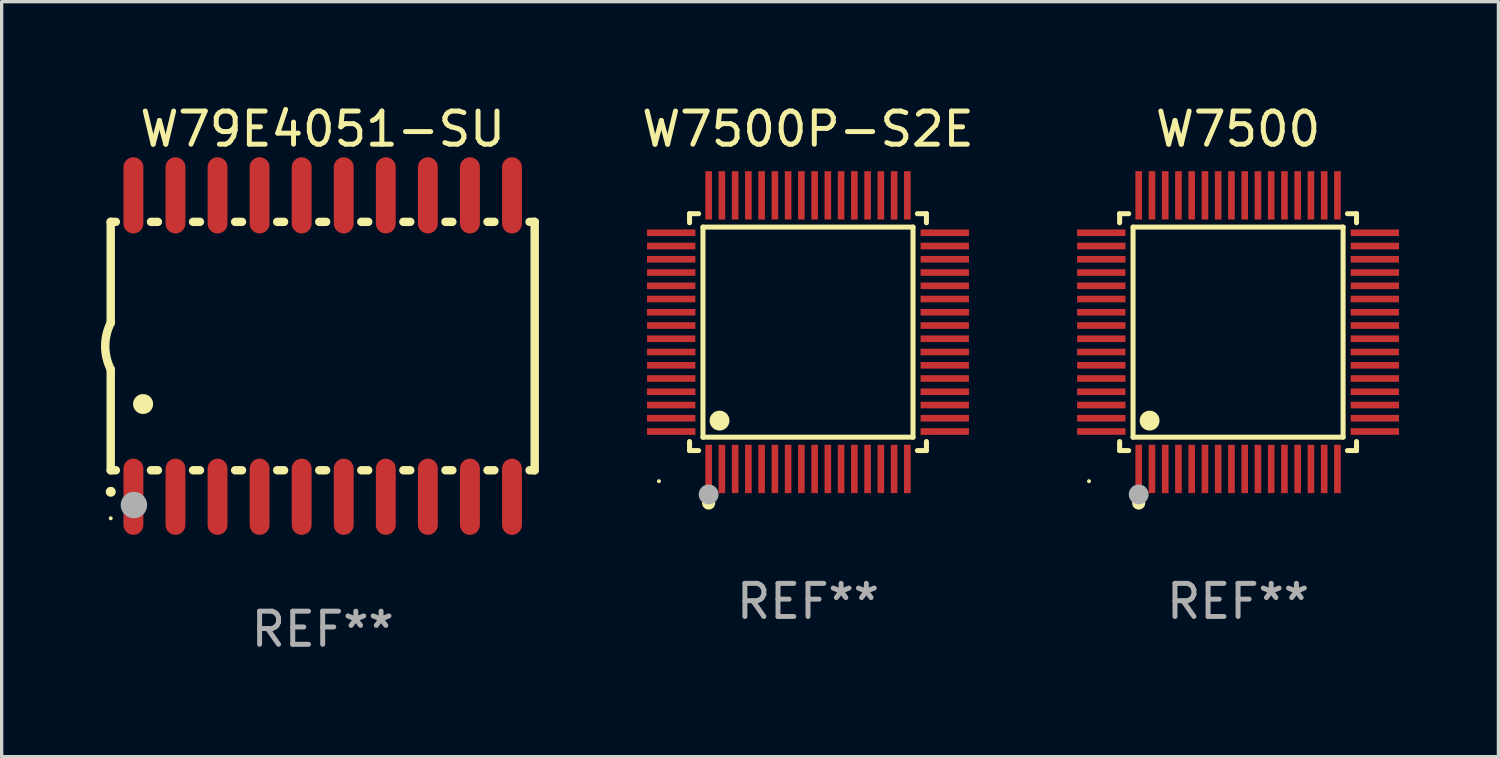
<source format=kicad_pcb>
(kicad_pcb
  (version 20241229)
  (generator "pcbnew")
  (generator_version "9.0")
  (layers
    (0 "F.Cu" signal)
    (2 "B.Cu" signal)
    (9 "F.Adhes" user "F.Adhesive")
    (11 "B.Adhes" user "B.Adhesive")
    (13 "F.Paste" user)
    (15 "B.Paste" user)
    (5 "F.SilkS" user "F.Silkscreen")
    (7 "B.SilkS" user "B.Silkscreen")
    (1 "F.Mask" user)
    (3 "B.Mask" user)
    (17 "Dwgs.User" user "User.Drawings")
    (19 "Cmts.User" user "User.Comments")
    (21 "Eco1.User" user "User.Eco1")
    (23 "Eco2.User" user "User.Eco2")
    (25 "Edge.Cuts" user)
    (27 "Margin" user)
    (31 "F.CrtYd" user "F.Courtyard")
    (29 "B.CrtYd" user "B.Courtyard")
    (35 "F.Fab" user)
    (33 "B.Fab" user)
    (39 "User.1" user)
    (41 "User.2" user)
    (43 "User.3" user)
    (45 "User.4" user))
  (footprint "W7500"
    (layer "F.Cu")
    (at 34.33 6.978)
    (property "Reference" "W7500" (at 0 -6.13 0) (layer "F.SilkS") (effects (font (size 1 1) (thickness 0.15))))
    (attr through_hole)
    (fp_line (start -3.576 -3.576) (end -3.302 -3.576) (stroke (width 0.152) (type solid)) (layer "F.SilkS"))
    (fp_line (start -3.576 -3.303) (end -3.576 -3.576) (stroke (width 0.152) (type solid)) (layer "F.SilkS"))
    (fp_line (start -3.576 3.303) (end -3.576 3.576) (stroke (width 0.152) (type solid)) (layer "F.SilkS"))
    (fp_line (start -3.576 3.576) (end -3.302 3.576) (stroke (width 0.152) (type solid)) (layer "F.SilkS"))
    (fp_line (start -3.171 -3.171) (end 3.171 -3.171) (stroke (width 0.152) (type solid)) (layer "F.SilkS"))
    (fp_line (start -3.171 3.171) (end -3.171 -3.171) (stroke (width 0.152) (type solid)) (layer "F.SilkS"))
    (fp_line (start 3.171 -3.171) (end 3.171 3.171) (stroke (width 0.152) (type solid)) (layer "F.SilkS"))
    (fp_line (start 3.171 3.171) (end -3.171 3.171) (stroke (width 0.152) (type solid)) (layer "F.SilkS"))
    (fp_line (start 3.576 -3.576) (end 3.303 -3.576) (stroke (width 0.152) (type solid)) (layer "F.SilkS"))
    (fp_line (start 3.576 -3.303) (end 3.576 -3.576) (stroke (width 0.152) (type solid)) (layer "F.SilkS"))
    (fp_line (start 3.576 3.303) (end 3.576 3.576) (stroke (width 0.152) (type solid)) (layer "F.SilkS"))
    (fp_line (start 3.576 3.576) (end 3.303 3.576) (stroke (width 0.152) (type solid)) (layer "F.SilkS"))
    (fp_circle (center -4.5 4.5) (end -4.47 4.5) (stroke (width 0.06) (type solid)) (fill no) (layer "F.SilkS"))
    (fp_circle (center -3 5.16) (end -2.9 5.16) (stroke (width 0.2) (type solid)) (fill no) (layer "F.SilkS"))
    (fp_circle (center -2.671 2.671) (end -2.521 2.671) (stroke (width 0.3) (type solid)) (fill no) (layer "F.SilkS"))
    (fp_circle (center -3 4.9) (end -2.85 4.9) (stroke (width 0.3) (type solid)) (fill no) (layer "F.Fab"))
    (fp_text user "REF**" (at 0 8.13 0) (layer "F.Fab") (effects (font (size 1 1) (thickness 0.15))))
    (pad "1" smd rect (at -3 4.13) (size 0.2 1.46) (layers "F.Cu" "F.Mask" "F.Paste"))
    (pad "2" smd rect (at -2.6 4.13) (size 0.2 1.46) (layers "F.Cu" "F.Mask" "F.Paste"))
    (pad "3" smd rect (at -2.2 4.13) (size 0.2 1.46) (layers "F.Cu" "F.Mask" "F.Paste"))
    (pad "4" smd rect (at -1.8 4.13) (size 0.2 1.46) (layers "F.Cu" "F.Mask" "F.Paste"))
    (pad "5" smd rect (at -1.4 4.13) (size 0.2 1.46) (layers "F.Cu" "F.Mask" "F.Paste"))
    (pad "6" smd rect (at -1 4.13) (size 0.2 1.46) (layers "F.Cu" "F.Mask" "F.Paste"))
    (pad "7" smd rect (at -0.6 4.13) (size 0.2 1.46) (layers "F.Cu" "F.Mask" "F.Paste"))
    (pad "8" smd rect (at -0.2 4.13) (size 0.2 1.46) (layers "F.Cu" "F.Mask" "F.Paste"))
    (pad "9" smd rect (at 0.2 4.13) (size 0.2 1.46) (layers "F.Cu" "F.Mask" "F.Paste"))
    (pad "10" smd rect (at 0.6 4.13) (size 0.2 1.46) (layers "F.Cu" "F.Mask" "F.Paste"))
    (pad "11" smd rect (at 1 4.13) (size 0.2 1.46) (layers "F.Cu" "F.Mask" "F.Paste"))
    (pad "12" smd rect (at 1.4 4.13) (size 0.2 1.46) (layers "F.Cu" "F.Mask" "F.Paste"))
    (pad "13" smd rect (at 1.8 4.13) (size 0.2 1.46) (layers "F.Cu" "F.Mask" "F.Paste"))
    (pad "14" smd rect (at 2.2 4.13) (size 0.2 1.46) (layers "F.Cu" "F.Mask" "F.Paste"))
    (pad "15" smd rect (at 2.6 4.13) (size 0.2 1.46) (layers "F.Cu" "F.Mask" "F.Paste"))
    (pad "16" smd rect (at 3 4.13) (size 0.2 1.46) (layers "F.Cu" "F.Mask" "F.Paste"))
    (pad "17" smd rect (at 4.13 3) (size 1.46 0.2) (layers "F.Cu" "F.Mask" "F.Paste"))
    (pad "18" smd rect (at 4.13 2.6) (size 1.46 0.2) (layers "F.Cu" "F.Mask" "F.Paste"))
    (pad "19" smd rect (at 4.13 2.2) (size 1.46 0.2) (layers "F.Cu" "F.Mask" "F.Paste"))
    (pad "20" smd rect (at 4.13 1.8) (size 1.46 0.2) (layers "F.Cu" "F.Mask" "F.Paste"))
    (pad "21" smd rect (at 4.13 1.4) (size 1.46 0.2) (layers "F.Cu" "F.Mask" "F.Paste"))
    (pad "22" smd rect (at 4.13 1) (size 1.46 0.2) (layers "F.Cu" "F.Mask" "F.Paste"))
    (pad "23" smd rect (at 4.13 0.6) (size 1.46 0.2) (layers "F.Cu" "F.Mask" "F.Paste"))
    (pad "24" smd rect (at 4.13 0.2) (size 1.46 0.2) (layers "F.Cu" "F.Mask" "F.Paste"))
    (pad "25" smd rect (at 4.13 -0.2) (size 1.46 0.2) (layers "F.Cu" "F.Mask" "F.Paste"))
    (pad "26" smd rect (at 4.13 -0.6) (size 1.46 0.2) (layers "F.Cu" "F.Mask" "F.Paste"))
    (pad "27" smd rect (at 4.13 -1) (size 1.46 0.2) (layers "F.Cu" "F.Mask" "F.Paste"))
    (pad "28" smd rect (at 4.13 -1.4) (size 1.46 0.2) (layers "F.Cu" "F.Mask" "F.Paste"))
    (pad "29" smd rect (at 4.13 -1.8) (size 1.46 0.2) (layers "F.Cu" "F.Mask" "F.Paste"))
    (pad "30" smd rect (at 4.13 -2.2) (size 1.46 0.2) (layers "F.Cu" "F.Mask" "F.Paste"))
    (pad "31" smd rect (at 4.13 -2.6) (size 1.46 0.2) (layers "F.Cu" "F.Mask" "F.Paste"))
    (pad "32" smd rect (at 4.13 -3) (size 1.46 0.2) (layers "F.Cu" "F.Mask" "F.Paste"))
    (pad "33" smd rect (at 3 -4.13) (size 0.2 1.46) (layers "F.Cu" "F.Mask" "F.Paste"))
    (pad "34" smd rect (at 2.6 -4.13) (size 0.2 1.46) (layers "F.Cu" "F.Mask" "F.Paste"))
    (pad "35" smd rect (at 2.2 -4.13) (size 0.2 1.46) (layers "F.Cu" "F.Mask" "F.Paste"))
    (pad "36" smd rect (at 1.8 -4.13) (size 0.2 1.46) (layers "F.Cu" "F.Mask" "F.Paste"))
    (pad "37" smd rect (at 1.4 -4.13) (size 0.2 1.46) (layers "F.Cu" "F.Mask" "F.Paste"))
    (pad "38" smd rect (at 1 -4.13) (size 0.2 1.46) (layers "F.Cu" "F.Mask" "F.Paste"))
    (pad "39" smd rect (at 0.6 -4.13) (size 0.2 1.46) (layers "F.Cu" "F.Mask" "F.Paste"))
    (pad "40" smd rect (at 0.2 -4.13) (size 0.2 1.46) (layers "F.Cu" "F.Mask" "F.Paste"))
    (pad "41" smd rect (at -0.2 -4.13) (size 0.2 1.46) (layers "F.Cu" "F.Mask" "F.Paste"))
    (pad "42" smd rect (at -0.6 -4.13) (size 0.2 1.46) (layers "F.Cu" "F.Mask" "F.Paste"))
    (pad "43" smd rect (at -1 -4.13) (size 0.2 1.46) (layers "F.Cu" "F.Mask" "F.Paste"))
    (pad "44" smd rect (at -1.4 -4.13) (size 0.2 1.46) (layers "F.Cu" "F.Mask" "F.Paste"))
    (pad "45" smd rect (at -1.8 -4.13) (size 0.2 1.46) (layers "F.Cu" "F.Mask" "F.Paste"))
    (pad "46" smd rect (at -2.2 -4.13) (size 0.2 1.46) (layers "F.Cu" "F.Mask" "F.Paste"))
    (pad "47" smd rect (at -2.6 -4.13) (size 0.2 1.46) (layers "F.Cu" "F.Mask" "F.Paste"))
    (pad "48" smd rect (at -3 -4.13) (size 0.2 1.46) (layers "F.Cu" "F.Mask" "F.Paste"))
    (pad "49" smd rect (at -4.13 -3) (size 1.46 0.2) (layers "F.Cu" "F.Mask" "F.Paste"))
    (pad "50" smd rect (at -4.13 -2.6) (size 1.46 0.2) (layers "F.Cu" "F.Mask" "F.Paste"))
    (pad "51" smd rect (at -4.13 -2.2) (size 1.46 0.2) (layers "F.Cu" "F.Mask" "F.Paste"))
    (pad "52" smd rect (at -4.13 -1.8) (size 1.46 0.2) (layers "F.Cu" "F.Mask" "F.Paste"))
    (pad "53" smd rect (at -4.13 -1.4) (size 1.46 0.2) (layers "F.Cu" "F.Mask" "F.Paste"))
    (pad "54" smd rect (at -4.13 -1) (size 1.46 0.2) (layers "F.Cu" "F.Mask" "F.Paste"))
    (pad "55" smd rect (at -4.13 -0.6) (size 1.46 0.2) (layers "F.Cu" "F.Mask" "F.Paste"))
    (pad "56" smd rect (at -4.13 -0.2) (size 1.46 0.2) (layers "F.Cu" "F.Mask" "F.Paste"))
    (pad "57" smd rect (at -4.13 0.2) (size 1.46 0.2) (layers "F.Cu" "F.Mask" "F.Paste"))
    (pad "58" smd rect (at -4.13 0.6) (size 1.46 0.2) (layers "F.Cu" "F.Mask" "F.Paste"))
    (pad "59" smd rect (at -4.13 1) (size 1.46 0.2) (layers "F.Cu" "F.Mask" "F.Paste"))
    (pad "60" smd rect (at -4.13 1.4) (size 1.46 0.2) (layers "F.Cu" "F.Mask" "F.Paste"))
    (pad "61" smd rect (at -4.13 1.8) (size 1.46 0.2) (layers "F.Cu" "F.Mask" "F.Paste"))
    (pad "62" smd rect (at -4.13 2.2) (size 1.46 0.2) (layers "F.Cu" "F.Mask" "F.Paste"))
    (pad "63" smd rect (at -4.13 2.6) (size 1.46 0.2) (layers "F.Cu" "F.Mask" "F.Paste"))
    (pad "64" smd rect (at -4.13 3) (size 1.46 0.2) (layers "F.Cu" "F.Mask" "F.Paste")))
  (footprint "W7500P-S2E"
    (layer "F.Cu")
    (at 21.345 6.978)
    (property "Reference" "W7500P-S2E" (at 0 -6.13 0) (layer "F.SilkS") (effects (font (size 1 1) (thickness 0.15))))
    (attr through_hole)
    (fp_line (start -3.576 -3.576) (end -3.302 -3.576) (stroke (width 0.152) (type solid)) (layer "F.SilkS"))
    (fp_line (start -3.576 -3.303) (end -3.576 -3.576) (stroke (width 0.152) (type solid)) (layer "F.SilkS"))
    (fp_line (start -3.576 3.303) (end -3.576 3.576) (stroke (width 0.152) (type solid)) (layer "F.SilkS"))
    (fp_line (start -3.576 3.576) (end -3.302 3.576) (stroke (width 0.152) (type solid)) (layer "F.SilkS"))
    (fp_line (start -3.171 -3.171) (end 3.171 -3.171) (stroke (width 0.152) (type solid)) (layer "F.SilkS"))
    (fp_line (start -3.171 3.171) (end -3.171 -3.171) (stroke (width 0.152) (type solid)) (layer "F.SilkS"))
    (fp_line (start 3.171 -3.171) (end 3.171 3.171) (stroke (width 0.152) (type solid)) (layer "F.SilkS"))
    (fp_line (start 3.171 3.171) (end -3.171 3.171) (stroke (width 0.152) (type solid)) (layer "F.SilkS"))
    (fp_line (start 3.576 -3.576) (end 3.303 -3.576) (stroke (width 0.152) (type solid)) (layer "F.SilkS"))
    (fp_line (start 3.576 -3.303) (end 3.576 -3.576) (stroke (width 0.152) (type solid)) (layer "F.SilkS"))
    (fp_line (start 3.576 3.303) (end 3.576 3.576) (stroke (width 0.152) (type solid)) (layer "F.SilkS"))
    (fp_line (start 3.576 3.576) (end 3.303 3.576) (stroke (width 0.152) (type solid)) (layer "F.SilkS"))
    (fp_circle (center -4.5 4.5) (end -4.47 4.5) (stroke (width 0.06) (type solid)) (fill no) (layer "F.SilkS"))
    (fp_circle (center -3 5.16) (end -2.9 5.16) (stroke (width 0.2) (type solid)) (fill no) (layer "F.SilkS"))
    (fp_circle (center -2.671 2.671) (end -2.521 2.671) (stroke (width 0.3) (type solid)) (fill no) (layer "F.SilkS"))
    (fp_circle (center -3 4.9) (end -2.85 4.9) (stroke (width 0.3) (type solid)) (fill no) (layer "F.Fab"))
    (fp_text user "REF**" (at 0 8.13 0) (layer "F.Fab") (effects (font (size 1 1) (thickness 0.15))))
    (pad "1" smd rect (at -3 4.13) (size 0.2 1.46) (layers "F.Cu" "F.Mask" "F.Paste"))
    (pad "2" smd rect (at -2.6 4.13) (size 0.2 1.46) (layers "F.Cu" "F.Mask" "F.Paste"))
    (pad "3" smd rect (at -2.2 4.13) (size 0.2 1.46) (layers "F.Cu" "F.Mask" "F.Paste"))
    (pad "4" smd rect (at -1.8 4.13) (size 0.2 1.46) (layers "F.Cu" "F.Mask" "F.Paste"))
    (pad "5" smd rect (at -1.4 4.13) (size 0.2 1.46) (layers "F.Cu" "F.Mask" "F.Paste"))
    (pad "6" smd rect (at -1 4.13) (size 0.2 1.46) (layers "F.Cu" "F.Mask" "F.Paste"))
    (pad "7" smd rect (at -0.6 4.13) (size 0.2 1.46) (layers "F.Cu" "F.Mask" "F.Paste"))
    (pad "8" smd rect (at -0.2 4.13) (size 0.2 1.46) (layers "F.Cu" "F.Mask" "F.Paste"))
    (pad "9" smd rect (at 0.2 4.13) (size 0.2 1.46) (layers "F.Cu" "F.Mask" "F.Paste"))
    (pad "10" smd rect (at 0.6 4.13) (size 0.2 1.46) (layers "F.Cu" "F.Mask" "F.Paste"))
    (pad "11" smd rect (at 1 4.13) (size 0.2 1.46) (layers "F.Cu" "F.Mask" "F.Paste"))
    (pad "12" smd rect (at 1.4 4.13) (size 0.2 1.46) (layers "F.Cu" "F.Mask" "F.Paste"))
    (pad "13" smd rect (at 1.8 4.13) (size 0.2 1.46) (layers "F.Cu" "F.Mask" "F.Paste"))
    (pad "14" smd rect (at 2.2 4.13) (size 0.2 1.46) (layers "F.Cu" "F.Mask" "F.Paste"))
    (pad "15" smd rect (at 2.6 4.13) (size 0.2 1.46) (layers "F.Cu" "F.Mask" "F.Paste"))
    (pad "16" smd rect (at 3 4.13) (size 0.2 1.46) (layers "F.Cu" "F.Mask" "F.Paste"))
    (pad "17" smd rect (at 4.13 3) (size 1.46 0.2) (layers "F.Cu" "F.Mask" "F.Paste"))
    (pad "18" smd rect (at 4.13 2.6) (size 1.46 0.2) (layers "F.Cu" "F.Mask" "F.Paste"))
    (pad "19" smd rect (at 4.13 2.2) (size 1.46 0.2) (layers "F.Cu" "F.Mask" "F.Paste"))
    (pad "20" smd rect (at 4.13 1.8) (size 1.46 0.2) (layers "F.Cu" "F.Mask" "F.Paste"))
    (pad "21" smd rect (at 4.13 1.4) (size 1.46 0.2) (layers "F.Cu" "F.Mask" "F.Paste"))
    (pad "22" smd rect (at 4.13 1) (size 1.46 0.2) (layers "F.Cu" "F.Mask" "F.Paste"))
    (pad "23" smd rect (at 4.13 0.6) (size 1.46 0.2) (layers "F.Cu" "F.Mask" "F.Paste"))
    (pad "24" smd rect (at 4.13 0.2) (size 1.46 0.2) (layers "F.Cu" "F.Mask" "F.Paste"))
    (pad "25" smd rect (at 4.13 -0.2) (size 1.46 0.2) (layers "F.Cu" "F.Mask" "F.Paste"))
    (pad "26" smd rect (at 4.13 -0.6) (size 1.46 0.2) (layers "F.Cu" "F.Mask" "F.Paste"))
    (pad "27" smd rect (at 4.13 -1) (size 1.46 0.2) (layers "F.Cu" "F.Mask" "F.Paste"))
    (pad "28" smd rect (at 4.13 -1.4) (size 1.46 0.2) (layers "F.Cu" "F.Mask" "F.Paste"))
    (pad "29" smd rect (at 4.13 -1.8) (size 1.46 0.2) (layers "F.Cu" "F.Mask" "F.Paste"))
    (pad "30" smd rect (at 4.13 -2.2) (size 1.46 0.2) (layers "F.Cu" "F.Mask" "F.Paste"))
    (pad "31" smd rect (at 4.13 -2.6) (size 1.46 0.2) (layers "F.Cu" "F.Mask" "F.Paste"))
    (pad "32" smd rect (at 4.13 -3) (size 1.46 0.2) (layers "F.Cu" "F.Mask" "F.Paste"))
    (pad "33" smd rect (at 3 -4.13) (size 0.2 1.46) (layers "F.Cu" "F.Mask" "F.Paste"))
    (pad "34" smd rect (at 2.6 -4.13) (size 0.2 1.46) (layers "F.Cu" "F.Mask" "F.Paste"))
    (pad "35" smd rect (at 2.2 -4.13) (size 0.2 1.46) (layers "F.Cu" "F.Mask" "F.Paste"))
    (pad "36" smd rect (at 1.8 -4.13) (size 0.2 1.46) (layers "F.Cu" "F.Mask" "F.Paste"))
    (pad "37" smd rect (at 1.4 -4.13) (size 0.2 1.46) (layers "F.Cu" "F.Mask" "F.Paste"))
    (pad "38" smd rect (at 1 -4.13) (size 0.2 1.46) (layers "F.Cu" "F.Mask" "F.Paste"))
    (pad "39" smd rect (at 0.6 -4.13) (size 0.2 1.46) (layers "F.Cu" "F.Mask" "F.Paste"))
    (pad "40" smd rect (at 0.2 -4.13) (size 0.2 1.46) (layers "F.Cu" "F.Mask" "F.Paste"))
    (pad "41" smd rect (at -0.2 -4.13) (size 0.2 1.46) (layers "F.Cu" "F.Mask" "F.Paste"))
    (pad "42" smd rect (at -0.6 -4.13) (size 0.2 1.46) (layers "F.Cu" "F.Mask" "F.Paste"))
    (pad "43" smd rect (at -1 -4.13) (size 0.2 1.46) (layers "F.Cu" "F.Mask" "F.Paste"))
    (pad "44" smd rect (at -1.4 -4.13) (size 0.2 1.46) (layers "F.Cu" "F.Mask" "F.Paste"))
    (pad "45" smd rect (at -1.8 -4.13) (size 0.2 1.46) (layers "F.Cu" "F.Mask" "F.Paste"))
    (pad "46" smd rect (at -2.2 -4.13) (size 0.2 1.46) (layers "F.Cu" "F.Mask" "F.Paste"))
    (pad "47" smd rect (at -2.6 -4.13) (size 0.2 1.46) (layers "F.Cu" "F.Mask" "F.Paste"))
    (pad "48" smd rect (at -3 -4.13) (size 0.2 1.46) (layers "F.Cu" "F.Mask" "F.Paste"))
    (pad "49" smd rect (at -4.13 -3) (size 1.46 0.2) (layers "F.Cu" "F.Mask" "F.Paste"))
    (pad "50" smd rect (at -4.13 -2.6) (size 1.46 0.2) (layers "F.Cu" "F.Mask" "F.Paste"))
    (pad "51" smd rect (at -4.13 -2.2) (size 1.46 0.2) (layers "F.Cu" "F.Mask" "F.Paste"))
    (pad "52" smd rect (at -4.13 -1.8) (size 1.46 0.2) (layers "F.Cu" "F.Mask" "F.Paste"))
    (pad "53" smd rect (at -4.13 -1.4) (size 1.46 0.2) (layers "F.Cu" "F.Mask" "F.Paste"))
    (pad "54" smd rect (at -4.13 -1) (size 1.46 0.2) (layers "F.Cu" "F.Mask" "F.Paste"))
    (pad "55" smd rect (at -4.13 -0.6) (size 1.46 0.2) (layers "F.Cu" "F.Mask" "F.Paste"))
    (pad "56" smd rect (at -4.13 -0.2) (size 1.46 0.2) (layers "F.Cu" "F.Mask" "F.Paste"))
    (pad "57" smd rect (at -4.13 0.2) (size 1.46 0.2) (layers "F.Cu" "F.Mask" "F.Paste"))
    (pad "58" smd rect (at -4.13 0.6) (size 1.46 0.2) (layers "F.Cu" "F.Mask" "F.Paste"))
    (pad "59" smd rect (at -4.13 1) (size 1.46 0.2) (layers "F.Cu" "F.Mask" "F.Paste"))
    (pad "60" smd rect (at -4.13 1.4) (size 1.46 0.2) (layers "F.Cu" "F.Mask" "F.Paste"))
    (pad "61" smd rect (at -4.13 1.8) (size 1.46 0.2) (layers "F.Cu" "F.Mask" "F.Paste"))
    (pad "62" smd rect (at -4.13 2.2) (size 1.46 0.2) (layers "F.Cu" "F.Mask" "F.Paste"))
    (pad "63" smd rect (at -4.13 2.6) (size 1.46 0.2) (layers "F.Cu" "F.Mask" "F.Paste"))
    (pad "64" smd rect (at -4.13 3) (size 1.46 0.2) (layers "F.Cu" "F.Mask" "F.Paste")))
  (footprint "W79E4051-SU"
    (layer "F.Cu")
    (at 6.693 7.398)
    (property "Reference" "W79E4051-SU" (at 0 -6.55 0) (layer "F.SilkS") (effects (font (size 1 1) (thickness 0.15))))
    (attr through_hole)
    (fp_line (start -6.4 -3.75) (end -6.4 -0.7) (stroke (width 0.254) (type solid)) (layer "F.SilkS"))
    (fp_line (start -6.4 -3.75) (end -6.246 -3.75) (stroke (width 0.254) (type solid)) (layer "F.SilkS"))
    (fp_line (start -6.4 3.75) (end -6.4 0.7) (stroke (width 0.254) (type solid)) (layer "F.SilkS"))
    (fp_line (start -6.246 3.75) (end -6.4 3.75) (stroke (width 0.254) (type solid)) (layer "F.SilkS"))
    (fp_line (start -5.184 -3.75) (end -4.976 -3.75) (stroke (width 0.254) (type solid)) (layer "F.SilkS"))
    (fp_line (start -4.976 3.75) (end -5.184 3.75) (stroke (width 0.254) (type solid)) (layer "F.SilkS"))
    (fp_line (start -3.914 -3.75) (end -3.706 -3.75) (stroke (width 0.254) (type solid)) (layer "F.SilkS"))
    (fp_line (start -3.706 3.75) (end -3.914 3.75) (stroke (width 0.254) (type solid)) (layer "F.SilkS"))
    (fp_line (start -2.644 -3.75) (end -2.436 -3.75) (stroke (width 0.254) (type solid)) (layer "F.SilkS"))
    (fp_line (start -2.436 3.75) (end -2.644 3.75) (stroke (width 0.254) (type solid)) (layer "F.SilkS"))
    (fp_line (start -1.374 -3.75) (end -1.166 -3.75) (stroke (width 0.254) (type solid)) (layer "F.SilkS"))
    (fp_line (start -1.166 3.75) (end -1.374 3.75) (stroke (width 0.254) (type solid)) (layer "F.SilkS"))
    (fp_line (start -0.104 -3.75) (end 0.104 -3.75) (stroke (width 0.254) (type solid)) (layer "F.SilkS"))
    (fp_line (start 0.104 3.75) (end -0.104 3.75) (stroke (width 0.254) (type solid)) (layer "F.SilkS"))
    (fp_line (start 1.166 -3.75) (end 1.374 -3.75) (stroke (width 0.254) (type solid)) (layer "F.SilkS"))
    (fp_line (start 1.374 3.75) (end 1.166 3.75) (stroke (width 0.254) (type solid)) (layer "F.SilkS"))
    (fp_line (start 2.436 -3.75) (end 2.644 -3.75) (stroke (width 0.254) (type solid)) (layer "F.SilkS"))
    (fp_line (start 2.644 3.75) (end 2.436 3.75) (stroke (width 0.254) (type solid)) (layer "F.SilkS"))
    (fp_line (start 3.706 -3.75) (end 3.914 -3.75) (stroke (width 0.254) (type solid)) (layer "F.SilkS"))
    (fp_line (start 3.914 3.75) (end 3.706 3.75) (stroke (width 0.254) (type solid)) (layer "F.SilkS"))
    (fp_line (start 4.976 -3.75) (end 5.184 -3.75) (stroke (width 0.254) (type solid)) (layer "F.SilkS"))
    (fp_line (start 5.184 3.75) (end 4.976 3.75) (stroke (width 0.254) (type solid)) (layer "F.SilkS"))
    (fp_line (start 6.246 -3.75) (end 6.4 -3.75) (stroke (width 0.254) (type solid)) (layer "F.SilkS"))
    (fp_line (start 6.4 -3.75) (end 6.4 3.75) (stroke (width 0.254) (type solid)) (layer "F.SilkS"))
    (fp_line (start 6.4 3.75) (end 6.246 3.75) (stroke (width 0.254) (type solid)) (layer "F.SilkS"))
    (fp_arc (start -6.400812 0.701041) (mid -6.565912 0.000428) (end -6.400025 -0.7) (stroke (width 0.254001) (type solid)) (layer "F.SilkS"))
    (fp_arc (start -6.400025 4.4) (mid -6.398755 4.399995) (end -6.397485 4.4) (stroke (width 0.3) (type solid)) (layer "F.SilkS"))
    (fp_arc (start -5.425451 1.750064) (mid -5.422911 1.750053) (end -5.420371 1.750064) (stroke (width 0.6) (type solid)) (layer "F.SilkS"))
    (fp_circle (center -6.4 5.2) (end -6.37 5.2) (stroke (width 0.06) (type solid)) (fill no) (layer "F.SilkS"))
    (fp_circle (center -5.7 4.8) (end -5.5 4.8) (stroke (width 0.4) (type solid)) (fill no) (layer "F.Fab"))
    (fp_text user "REF**" (at 0 8.55 0) (layer "F.Fab") (effects (font (size 1 1) (thickness 0.15))))
    (pad "1" smd oval (at -5.715 4.55 180) (size 0.6 2.3) (layers "F.Cu" "F.Mask" "F.Paste"))
    (pad "2" smd oval (at -4.445 4.55 180) (size 0.6 2.3) (layers "F.Cu" "F.Mask" "F.Paste"))
    (pad "3" smd oval (at -3.175 4.55 180) (size 0.6 2.3) (layers "F.Cu" "F.Mask" "F.Paste"))
    (pad "4" smd oval (at -1.905 4.55 180) (size 0.6 2.3) (layers "F.Cu" "F.Mask" "F.Paste"))
    (pad "5" smd oval (at -0.635 4.55 180) (size 0.6 2.3) (layers "F.Cu" "F.Mask" "F.Paste"))
    (pad "6" smd oval (at 0.635 4.55 180) (size 0.6 2.3) (layers "F.Cu" "F.Mask" "F.Paste"))
    (pad "7" smd oval (at 1.905 4.55 180) (size 0.6 2.3) (layers "F.Cu" "F.Mask" "F.Paste"))
    (pad "8" smd oval (at 3.175 4.55 180) (size 0.6 2.3) (layers "F.Cu" "F.Mask" "F.Paste"))
    (pad "9" smd oval (at 4.445 4.55 180) (size 0.6 2.3) (layers "F.Cu" "F.Mask" "F.Paste"))
    (pad "10" smd oval (at 5.715 4.55 180) (size 0.6 2.3) (layers "F.Cu" "F.Mask" "F.Paste"))
    (pad "11" smd oval (at 5.715 -4.55 180) (size 0.6 2.3) (layers "F.Cu" "F.Mask" "F.Paste"))
    (pad "12" smd oval (at 4.445 -4.55 180) (size 0.6 2.3) (layers "F.Cu" "F.Mask" "F.Paste"))
    (pad "13" smd oval (at 3.175 -4.55 180) (size 0.6 2.3) (layers "F.Cu" "F.Mask" "F.Paste"))
    (pad "14" smd oval (at 1.905 -4.55 180) (size 0.6 2.3) (layers "F.Cu" "F.Mask" "F.Paste"))
    (pad "15" smd oval (at 0.635 -4.55 180) (size 0.6 2.3) (layers "F.Cu" "F.Mask" "F.Paste"))
    (pad "16" smd oval (at -0.635 -4.55 180) (size 0.6 2.3) (layers "F.Cu" "F.Mask" "F.Paste"))
    (pad "17" smd oval (at -1.905 -4.55 180) (size 0.6 2.3) (layers "F.Cu" "F.Mask" "F.Paste"))
    (pad "18" smd oval (at -3.175 -4.55 180) (size 0.6 2.3) (layers "F.Cu" "F.Mask" "F.Paste"))
    (pad "19" smd oval (at -4.445 -4.55 180) (size 0.6 2.3) (layers "F.Cu" "F.Mask" "F.Paste"))
    (pad "20" smd oval (at -5.715 -4.55 180) (size 0.6 2.3) (layers "F.Cu" "F.Mask" "F.Paste")))
  (gr_rect
    (start -3 -3)
    (end 42.19 19.796)
    (stroke (width 0.1) (type default))
    (fill no)
    (layer "Edge.Cuts")))
</source>
